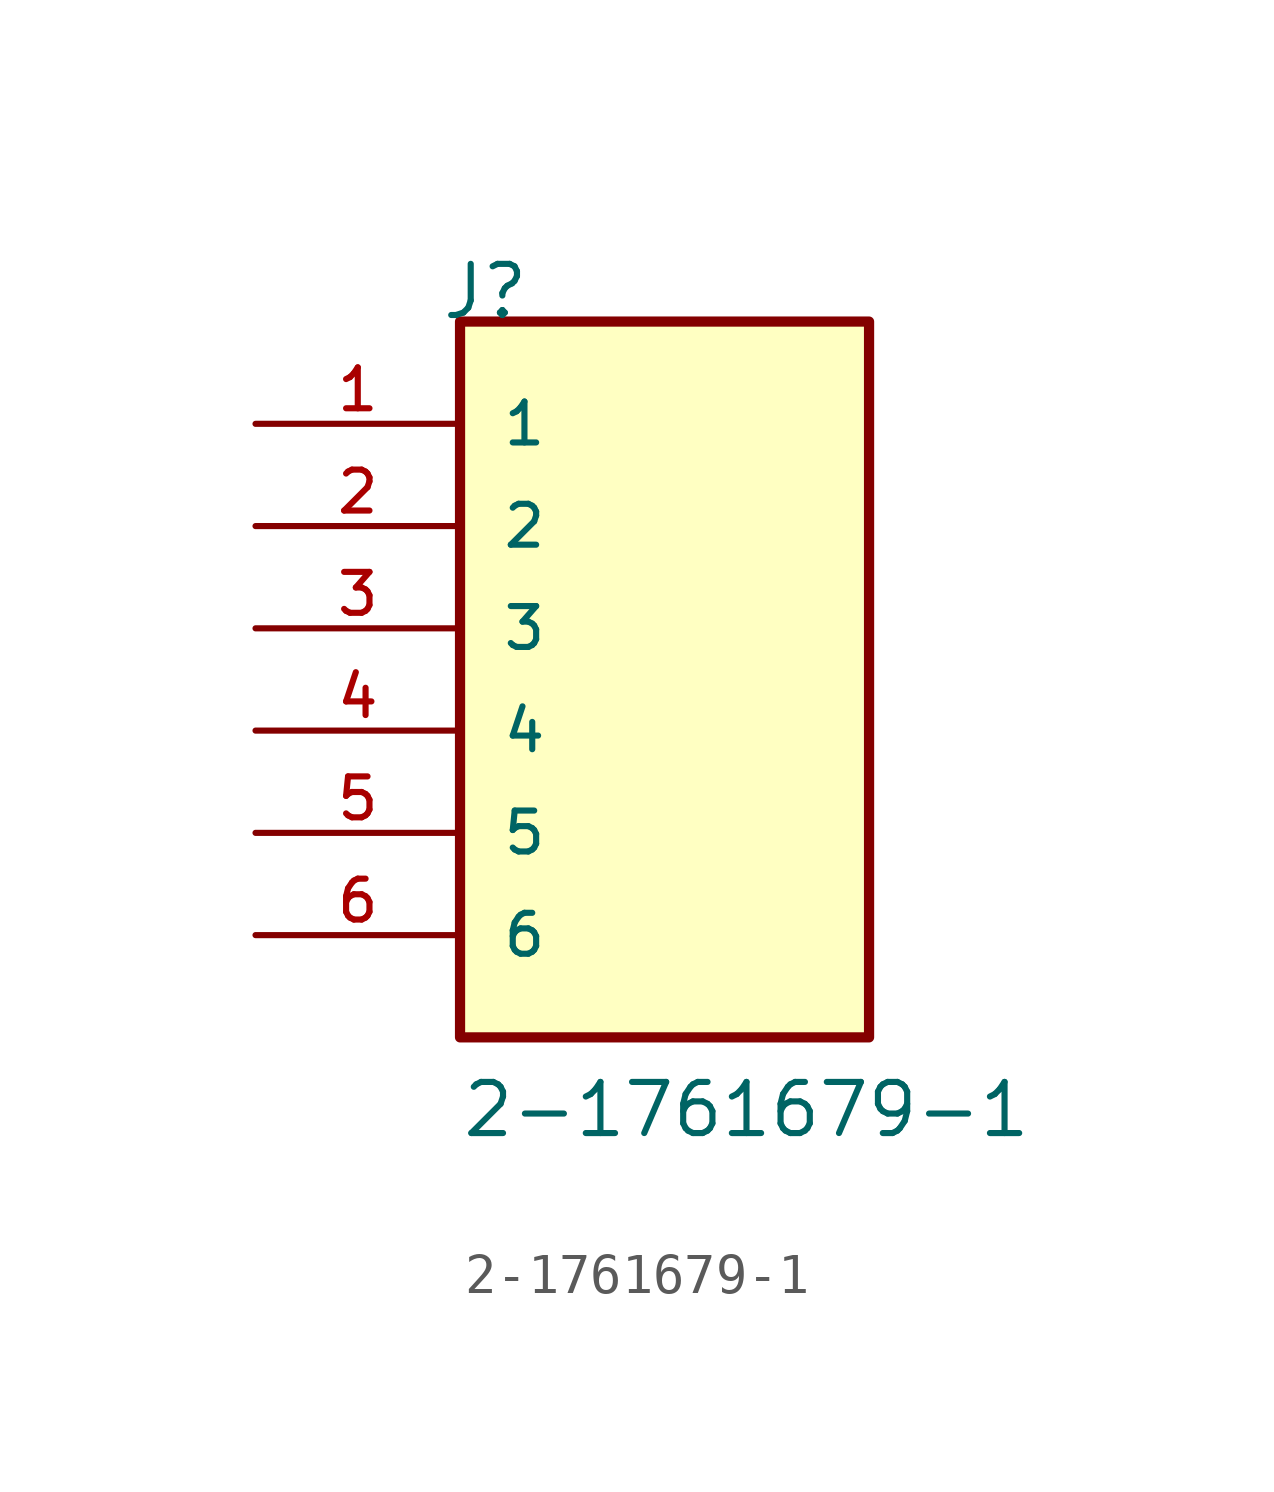
<source format=kicad_sym>
(kicad_symbol_lib
  (version 20211014)
  (generator kicad_symbol_editor)
  (symbol "2-1761679-1"
    (pin_names
      (offset 1.016))
    (property "Reference" "J"
      (at -5.58 10.16 0)
      (effects (font (size 1.27 1.27)) (justify bottom left)))
    (property "Value" "2-1761679-1"
      (at -5.08 -10.16 0)
      (effects (font (size 1.27 1.27)) (justify bottom left)))
    (symbol "2-1761679-1_0_0"
      (rectangle (start -5.08 -7.62) (end 5.08 10.16) (stroke (width 0.254)) (fill (type background)))
      (pin passive line (at -10.16 7.62 0) (length 5.08) (name "1" (effects (font (size 1.016 1.016)))) (number "1" (effects (font (size 1.016 1.016)))))
      (pin passive line (at -10.16 5.08 0) (length 5.08) (name "2" (effects (font (size 1.016 1.016)))) (number "2" (effects (font (size 1.016 1.016)))))
      (pin passive line (at -10.16 2.54 0) (length 5.08) (name "3" (effects (font (size 1.016 1.016)))) (number "3" (effects (font (size 1.016 1.016)))))
      (pin passive line (at -10.16 0.0 0) (length 5.08) (name "4" (effects (font (size 1.016 1.016)))) (number "4" (effects (font (size 1.016 1.016)))))
      (pin passive line (at -10.16 -2.54 0) (length 5.08) (name "5" (effects (font (size 1.016 1.016)))) (number "5" (effects (font (size 1.016 1.016)))))
      (pin passive line (at -10.16 -5.08 0) (length 5.08) (name "6" (effects (font (size 1.016 1.016)))) (number "6" (effects (font (size 1.016 1.016))))))))
</source>
